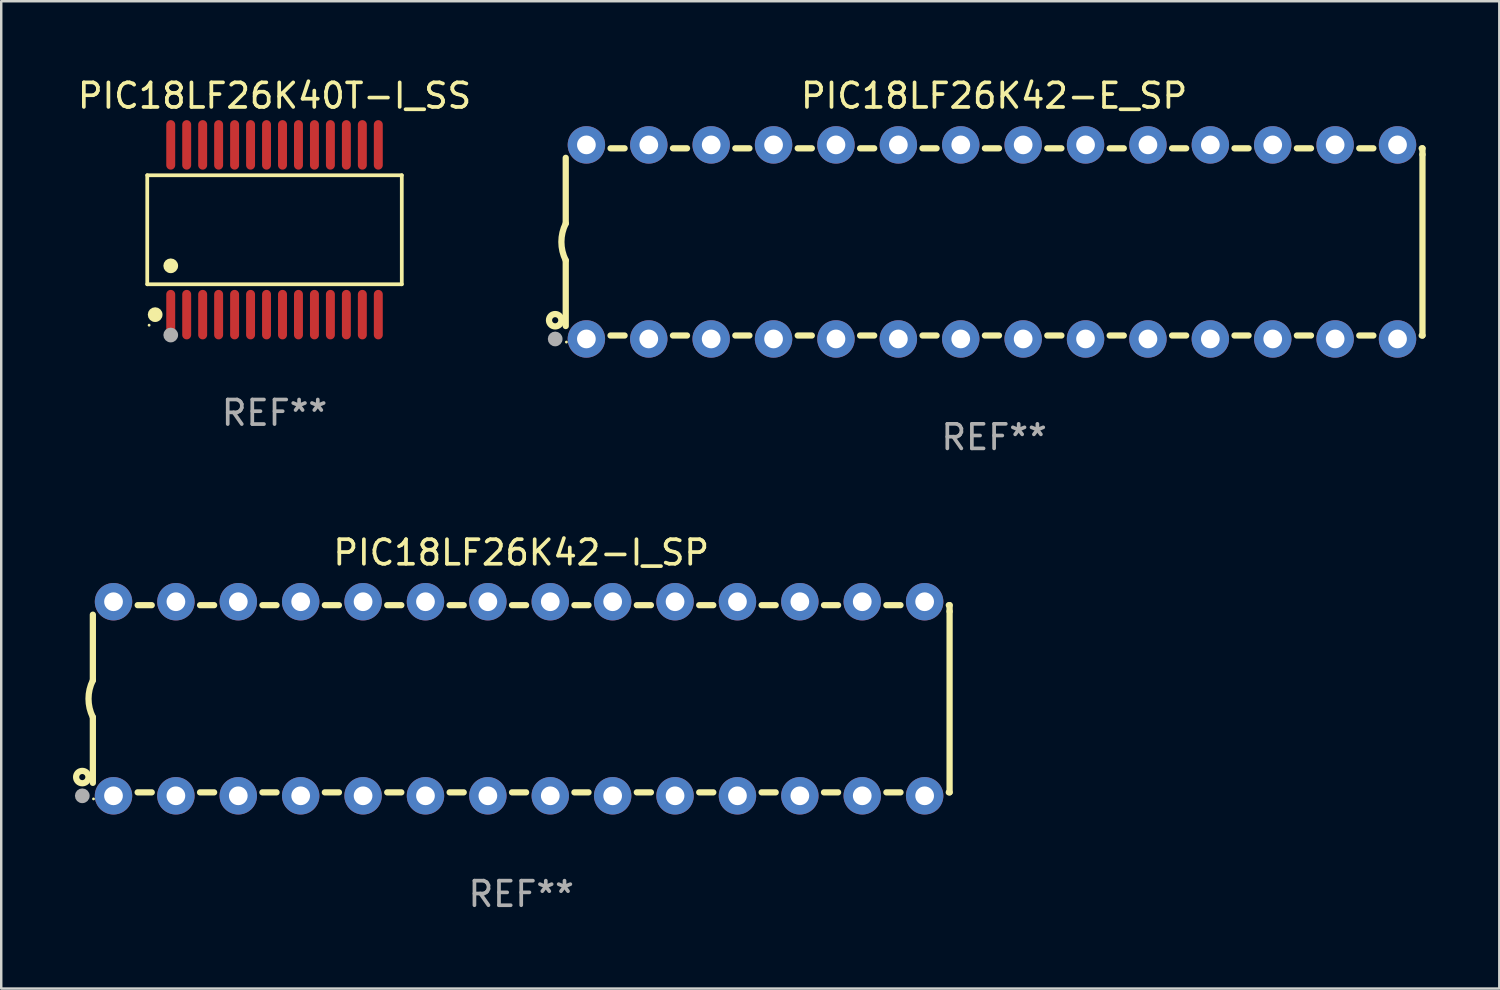
<source format=kicad_pcb>
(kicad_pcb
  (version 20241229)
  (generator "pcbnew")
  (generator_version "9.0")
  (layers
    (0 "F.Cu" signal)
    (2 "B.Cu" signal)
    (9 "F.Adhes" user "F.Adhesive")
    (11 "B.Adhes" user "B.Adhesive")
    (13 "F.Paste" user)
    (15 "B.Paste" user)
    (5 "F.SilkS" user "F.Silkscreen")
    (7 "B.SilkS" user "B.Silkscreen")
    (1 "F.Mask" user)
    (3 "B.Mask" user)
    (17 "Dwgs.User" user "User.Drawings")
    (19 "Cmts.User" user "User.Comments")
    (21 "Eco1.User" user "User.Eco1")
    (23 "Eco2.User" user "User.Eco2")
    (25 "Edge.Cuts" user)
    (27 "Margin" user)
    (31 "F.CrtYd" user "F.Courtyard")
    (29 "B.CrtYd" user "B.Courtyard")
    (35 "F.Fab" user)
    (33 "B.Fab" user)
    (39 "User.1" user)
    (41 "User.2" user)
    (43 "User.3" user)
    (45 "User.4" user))
  (footprint "PIC18LF26K42-E_SP"
    (layer "F.Cu")
    (at 37.418 6.798)
    (property "Reference" "PIC18LF26K42-E_SP" (at 0 -5.95 0) (layer "F.SilkS") (effects (font (size 1 1) (thickness 0.15))))
    (attr through_hole)
    (fp_line (start -17.438 0.75) (end -17.438 3.423) (stroke (width 0.254) (type solid)) (layer "F.SilkS"))
    (fp_line (start -17.438 -3.423) (end -17.438 -0.75) (stroke (width 0.254) (type solid)) (layer "F.SilkS"))
    (fp_line (start -15.615 3.81) (end -15.041 3.81) (stroke (width 0.254) (type solid)) (layer "F.SilkS"))
    (fp_line (start -15.041 -3.81) (end -15.614 -3.81) (stroke (width 0.254) (type solid)) (layer "F.SilkS"))
    (fp_line (start -13.075 3.81) (end -12.501 3.81) (stroke (width 0.254) (type solid)) (layer "F.SilkS"))
    (fp_line (start -12.501 -3.81) (end -13.074 -3.81) (stroke (width 0.254) (type solid)) (layer "F.SilkS"))
    (fp_line (start -10.535 3.81) (end -9.961 3.81) (stroke (width 0.254) (type solid)) (layer "F.SilkS"))
    (fp_line (start -9.961 -3.81) (end -10.534 -3.81) (stroke (width 0.254) (type solid)) (layer "F.SilkS"))
    (fp_line (start -7.995 3.81) (end -7.421 3.81) (stroke (width 0.254) (type solid)) (layer "F.SilkS"))
    (fp_line (start -7.421 -3.81) (end -7.995 -3.81) (stroke (width 0.254) (type solid)) (layer "F.SilkS"))
    (fp_line (start -5.455 3.81) (end -4.881 3.81) (stroke (width 0.254) (type solid)) (layer "F.SilkS"))
    (fp_line (start -4.881 -3.81) (end -5.455 -3.81) (stroke (width 0.254) (type solid)) (layer "F.SilkS"))
    (fp_line (start -2.915 3.81) (end -2.341 3.81) (stroke (width 0.254) (type solid)) (layer "F.SilkS"))
    (fp_line (start -2.341 -3.81) (end -2.915 -3.81) (stroke (width 0.254) (type solid)) (layer "F.SilkS"))
    (fp_line (start -0.375 3.81) (end 0.199 3.81) (stroke (width 0.254) (type solid)) (layer "F.SilkS"))
    (fp_line (start 0.199 -3.81) (end -0.375 -3.81) (stroke (width 0.254) (type solid)) (layer "F.SilkS"))
    (fp_line (start 2.165 3.81) (end 2.739 3.81) (stroke (width 0.254) (type solid)) (layer "F.SilkS"))
    (fp_line (start 2.739 -3.81) (end 2.165 -3.81) (stroke (width 0.254) (type solid)) (layer "F.SilkS"))
    (fp_line (start 4.705 3.81) (end 5.279 3.81) (stroke (width 0.254) (type solid)) (layer "F.SilkS"))
    (fp_line (start 5.279 -3.81) (end 4.705 -3.81) (stroke (width 0.254) (type solid)) (layer "F.SilkS"))
    (fp_line (start 7.245 3.81) (end 7.819 3.81) (stroke (width 0.254) (type solid)) (layer "F.SilkS"))
    (fp_line (start 7.819 -3.81) (end 7.245 -3.81) (stroke (width 0.254) (type solid)) (layer "F.SilkS"))
    (fp_line (start 9.785 3.81) (end 10.359 3.81) (stroke (width 0.254) (type solid)) (layer "F.SilkS"))
    (fp_line (start 10.359 -3.81) (end 9.785 -3.81) (stroke (width 0.254) (type solid)) (layer "F.SilkS"))
    (fp_line (start 12.325 3.81) (end 12.899 3.81) (stroke (width 0.254) (type solid)) (layer "F.SilkS"))
    (fp_line (start 12.899 -3.81) (end 12.325 -3.81) (stroke (width 0.254) (type solid)) (layer "F.SilkS"))
    (fp_line (start 14.865 3.81) (end 15.439 3.81) (stroke (width 0.254) (type solid)) (layer "F.SilkS"))
    (fp_line (start 15.439 -3.81) (end 14.865 -3.81) (stroke (width 0.254) (type solid)) (layer "F.SilkS"))
    (fp_line (start 17.405 3.81) (end 17.438 3.81) (stroke (width 0.254) (type solid)) (layer "F.SilkS"))
    (fp_line (start 17.438 -3.81) (end 17.405 -3.81) (stroke (width 0.254) (type solid)) (layer "F.SilkS"))
    (fp_line (start 17.438 -3.556) (end 17.438 -3.81) (stroke (width 0.254) (type solid)) (layer "F.SilkS"))
    (fp_line (start 17.438 3.81) (end 17.438 -3.556) (stroke (width 0.254) (type solid)) (layer "F.SilkS"))
    (fp_arc (start -17.437986 0.749657) (mid -17.614887 -0.000024) (end -17.437783 -0.749657) (stroke (width 0.254001) (type solid)) (layer "F.SilkS"))
    (fp_circle (center -17.868 3.188) (end -17.743 3.188) (stroke (width 0.254) (type solid)) (fill no) (layer "F.SilkS"))
    (fp_circle (center -17.411 4.077) (end -17.381 4.077) (stroke (width 0.06) (type solid)) (fill no) (layer "F.SilkS"))
    (fp_circle (center -17.868 3.95) (end -17.718 3.95) (stroke (width 0.3) (type solid)) (fill no) (layer "F.Fab"))
    (fp_text user "REF**" (at 0 7.95 0) (layer "F.Fab") (effects (font (size 1 1) (thickness 0.15))))
    (pad "1" thru_hole circle (at -16.598 3.95) (size 1.524 1.524) (drill 0.762) (layers "*.Cu" "*.Mask"))
    (pad "2" thru_hole circle (at -14.058 3.95) (size 1.524 1.524) (drill 0.762) (layers "*.Cu" "*.Mask"))
    (pad "3" thru_hole circle (at -11.518 3.95) (size 1.524 1.524) (drill 0.762) (layers "*.Cu" "*.Mask"))
    (pad "4" thru_hole circle (at -8.978 3.95) (size 1.524 1.524) (drill 0.762) (layers "*.Cu" "*.Mask"))
    (pad "5" thru_hole circle (at -6.438 3.95) (size 1.524 1.524) (drill 0.762) (layers "*.Cu" "*.Mask"))
    (pad "6" thru_hole circle (at -3.898 3.95) (size 1.524 1.524) (drill 0.762) (layers "*.Cu" "*.Mask"))
    (pad "7" thru_hole circle (at -1.358 3.95) (size 1.524 1.524) (drill 0.762) (layers "*.Cu" "*.Mask"))
    (pad "8" thru_hole circle (at 1.182 3.95) (size 1.524 1.524) (drill 0.762) (layers "*.Cu" "*.Mask"))
    (pad "9" thru_hole circle (at 3.722 3.95) (size 1.524 1.524) (drill 0.762) (layers "*.Cu" "*.Mask"))
    (pad "10" thru_hole circle (at 6.262 3.95) (size 1.524 1.524) (drill 0.762) (layers "*.Cu" "*.Mask"))
    (pad "11" thru_hole circle (at 8.802 3.95) (size 1.524 1.524) (drill 0.762) (layers "*.Cu" "*.Mask"))
    (pad "12" thru_hole circle (at 11.342 3.95) (size 1.524 1.524) (drill 0.762) (layers "*.Cu" "*.Mask"))
    (pad "13" thru_hole circle (at 13.882 3.95) (size 1.524 1.524) (drill 0.762) (layers "*.Cu" "*.Mask"))
    (pad "14" thru_hole circle (at 16.422 3.95) (size 1.524 1.524) (drill 0.762) (layers "*.Cu" "*.Mask"))
    (pad "15" thru_hole circle (at 16.422 -3.95) (size 1.524 1.524) (drill 0.762) (layers "*.Cu" "*.Mask"))
    (pad "16" thru_hole circle (at 13.882 -3.95) (size 1.524 1.524) (drill 0.762) (layers "*.Cu" "*.Mask"))
    (pad "17" thru_hole circle (at 11.342 -3.95) (size 1.524 1.524) (drill 0.762) (layers "*.Cu" "*.Mask"))
    (pad "18" thru_hole circle (at 8.802 -3.95) (size 1.524 1.524) (drill 0.762) (layers "*.Cu" "*.Mask"))
    (pad "19" thru_hole circle (at 6.262 -3.95) (size 1.524 1.524) (drill 0.762) (layers "*.Cu" "*.Mask"))
    (pad "20" thru_hole circle (at 3.722 -3.95) (size 1.524 1.524) (drill 0.762) (layers "*.Cu" "*.Mask"))
    (pad "21" thru_hole circle (at 1.182 -3.95) (size 1.524 1.524) (drill 0.762) (layers "*.Cu" "*.Mask"))
    (pad "22" thru_hole circle (at -1.358 -3.95) (size 1.524 1.524) (drill 0.762) (layers "*.Cu" "*.Mask"))
    (pad "23" thru_hole circle (at -3.898 -3.95) (size 1.524 1.524) (drill 0.762) (layers "*.Cu" "*.Mask"))
    (pad "24" thru_hole circle (at -6.438 -3.95) (size 1.524 1.524) (drill 0.762) (layers "*.Cu" "*.Mask"))
    (pad "25" thru_hole circle (at -8.978 -3.95) (size 1.524 1.524) (drill 0.762) (layers "*.Cu" "*.Mask"))
    (pad "26" thru_hole circle (at -11.517 -3.95) (size 1.524 1.524) (drill 0.762) (layers "*.Cu" "*.Mask"))
    (pad "27" thru_hole circle (at -14.057 -3.95) (size 1.524 1.524) (drill 0.762) (layers "*.Cu" "*.Mask"))
    (pad "28" thru_hole circle (at -16.597 -3.95) (size 1.524 1.524) (drill 0.762) (layers "*.Cu" "*.Mask")))
  (footprint "PIC18LF26K42-I_SP"
    (layer "F.Cu")
    (at 18.168 25.395)
    (property "Reference" "PIC18LF26K42-I_SP" (at 0 -5.95 0) (layer "F.SilkS") (effects (font (size 1 1) (thickness 0.15))))
    (attr through_hole)
    (fp_line (start -17.438 0.75) (end -17.438 3.423) (stroke (width 0.254) (type solid)) (layer "F.SilkS"))
    (fp_line (start -17.438 -3.423) (end -17.438 -0.75) (stroke (width 0.254) (type solid)) (layer "F.SilkS"))
    (fp_line (start -15.615 3.81) (end -15.041 3.81) (stroke (width 0.254) (type solid)) (layer "F.SilkS"))
    (fp_line (start -15.041 -3.81) (end -15.614 -3.81) (stroke (width 0.254) (type solid)) (layer "F.SilkS"))
    (fp_line (start -13.075 3.81) (end -12.501 3.81) (stroke (width 0.254) (type solid)) (layer "F.SilkS"))
    (fp_line (start -12.501 -3.81) (end -13.074 -3.81) (stroke (width 0.254) (type solid)) (layer "F.SilkS"))
    (fp_line (start -10.535 3.81) (end -9.961 3.81) (stroke (width 0.254) (type solid)) (layer "F.SilkS"))
    (fp_line (start -9.961 -3.81) (end -10.534 -3.81) (stroke (width 0.254) (type solid)) (layer "F.SilkS"))
    (fp_line (start -7.995 3.81) (end -7.421 3.81) (stroke (width 0.254) (type solid)) (layer "F.SilkS"))
    (fp_line (start -7.421 -3.81) (end -7.995 -3.81) (stroke (width 0.254) (type solid)) (layer "F.SilkS"))
    (fp_line (start -5.455 3.81) (end -4.881 3.81) (stroke (width 0.254) (type solid)) (layer "F.SilkS"))
    (fp_line (start -4.881 -3.81) (end -5.455 -3.81) (stroke (width 0.254) (type solid)) (layer "F.SilkS"))
    (fp_line (start -2.915 3.81) (end -2.341 3.81) (stroke (width 0.254) (type solid)) (layer "F.SilkS"))
    (fp_line (start -2.341 -3.81) (end -2.915 -3.81) (stroke (width 0.254) (type solid)) (layer "F.SilkS"))
    (fp_line (start -0.375 3.81) (end 0.199 3.81) (stroke (width 0.254) (type solid)) (layer "F.SilkS"))
    (fp_line (start 0.199 -3.81) (end -0.375 -3.81) (stroke (width 0.254) (type solid)) (layer "F.SilkS"))
    (fp_line (start 2.165 3.81) (end 2.739 3.81) (stroke (width 0.254) (type solid)) (layer "F.SilkS"))
    (fp_line (start 2.739 -3.81) (end 2.165 -3.81) (stroke (width 0.254) (type solid)) (layer "F.SilkS"))
    (fp_line (start 4.705 3.81) (end 5.279 3.81) (stroke (width 0.254) (type solid)) (layer "F.SilkS"))
    (fp_line (start 5.279 -3.81) (end 4.705 -3.81) (stroke (width 0.254) (type solid)) (layer "F.SilkS"))
    (fp_line (start 7.245 3.81) (end 7.819 3.81) (stroke (width 0.254) (type solid)) (layer "F.SilkS"))
    (fp_line (start 7.819 -3.81) (end 7.245 -3.81) (stroke (width 0.254) (type solid)) (layer "F.SilkS"))
    (fp_line (start 9.785 3.81) (end 10.359 3.81) (stroke (width 0.254) (type solid)) (layer "F.SilkS"))
    (fp_line (start 10.359 -3.81) (end 9.785 -3.81) (stroke (width 0.254) (type solid)) (layer "F.SilkS"))
    (fp_line (start 12.325 3.81) (end 12.899 3.81) (stroke (width 0.254) (type solid)) (layer "F.SilkS"))
    (fp_line (start 12.899 -3.81) (end 12.325 -3.81) (stroke (width 0.254) (type solid)) (layer "F.SilkS"))
    (fp_line (start 14.865 3.81) (end 15.439 3.81) (stroke (width 0.254) (type solid)) (layer "F.SilkS"))
    (fp_line (start 15.439 -3.81) (end 14.865 -3.81) (stroke (width 0.254) (type solid)) (layer "F.SilkS"))
    (fp_line (start 17.405 3.81) (end 17.438 3.81) (stroke (width 0.254) (type solid)) (layer "F.SilkS"))
    (fp_line (start 17.438 -3.81) (end 17.405 -3.81) (stroke (width 0.254) (type solid)) (layer "F.SilkS"))
    (fp_line (start 17.438 -3.556) (end 17.438 -3.81) (stroke (width 0.254) (type solid)) (layer "F.SilkS"))
    (fp_line (start 17.438 3.81) (end 17.438 -3.556) (stroke (width 0.254) (type solid)) (layer "F.SilkS"))
    (fp_arc (start -17.437986 0.749657) (mid -17.614887 -0.000024) (end -17.437783 -0.749657) (stroke (width 0.254001) (type solid)) (layer "F.SilkS"))
    (fp_circle (center -17.868 3.188) (end -17.743 3.188) (stroke (width 0.254) (type solid)) (fill no) (layer "F.SilkS"))
    (fp_circle (center -17.411 4.077) (end -17.381 4.077) (stroke (width 0.06) (type solid)) (fill no) (layer "F.SilkS"))
    (fp_circle (center -17.868 3.95) (end -17.718 3.95) (stroke (width 0.3) (type solid)) (fill no) (layer "F.Fab"))
    (fp_text user "REF**" (at 0 7.95 0) (layer "F.Fab") (effects (font (size 1 1) (thickness 0.15))))
    (pad "1" thru_hole circle (at -16.598 3.95) (size 1.524 1.524) (drill 0.762) (layers "*.Cu" "*.Mask"))
    (pad "2" thru_hole circle (at -14.058 3.95) (size 1.524 1.524) (drill 0.762) (layers "*.Cu" "*.Mask"))
    (pad "3" thru_hole circle (at -11.518 3.95) (size 1.524 1.524) (drill 0.762) (layers "*.Cu" "*.Mask"))
    (pad "4" thru_hole circle (at -8.978 3.95) (size 1.524 1.524) (drill 0.762) (layers "*.Cu" "*.Mask"))
    (pad "5" thru_hole circle (at -6.438 3.95) (size 1.524 1.524) (drill 0.762) (layers "*.Cu" "*.Mask"))
    (pad "6" thru_hole circle (at -3.898 3.95) (size 1.524 1.524) (drill 0.762) (layers "*.Cu" "*.Mask"))
    (pad "7" thru_hole circle (at -1.358 3.95) (size 1.524 1.524) (drill 0.762) (layers "*.Cu" "*.Mask"))
    (pad "8" thru_hole circle (at 1.182 3.95) (size 1.524 1.524) (drill 0.762) (layers "*.Cu" "*.Mask"))
    (pad "9" thru_hole circle (at 3.722 3.95) (size 1.524 1.524) (drill 0.762) (layers "*.Cu" "*.Mask"))
    (pad "10" thru_hole circle (at 6.262 3.95) (size 1.524 1.524) (drill 0.762) (layers "*.Cu" "*.Mask"))
    (pad "11" thru_hole circle (at 8.802 3.95) (size 1.524 1.524) (drill 0.762) (layers "*.Cu" "*.Mask"))
    (pad "12" thru_hole circle (at 11.342 3.95) (size 1.524 1.524) (drill 0.762) (layers "*.Cu" "*.Mask"))
    (pad "13" thru_hole circle (at 13.882 3.95) (size 1.524 1.524) (drill 0.762) (layers "*.Cu" "*.Mask"))
    (pad "14" thru_hole circle (at 16.422 3.95) (size 1.524 1.524) (drill 0.762) (layers "*.Cu" "*.Mask"))
    (pad "15" thru_hole circle (at 16.422 -3.95) (size 1.524 1.524) (drill 0.762) (layers "*.Cu" "*.Mask"))
    (pad "16" thru_hole circle (at 13.882 -3.95) (size 1.524 1.524) (drill 0.762) (layers "*.Cu" "*.Mask"))
    (pad "17" thru_hole circle (at 11.342 -3.95) (size 1.524 1.524) (drill 0.762) (layers "*.Cu" "*.Mask"))
    (pad "18" thru_hole circle (at 8.802 -3.95) (size 1.524 1.524) (drill 0.762) (layers "*.Cu" "*.Mask"))
    (pad "19" thru_hole circle (at 6.262 -3.95) (size 1.524 1.524) (drill 0.762) (layers "*.Cu" "*.Mask"))
    (pad "20" thru_hole circle (at 3.722 -3.95) (size 1.524 1.524) (drill 0.762) (layers "*.Cu" "*.Mask"))
    (pad "21" thru_hole circle (at 1.182 -3.95) (size 1.524 1.524) (drill 0.762) (layers "*.Cu" "*.Mask"))
    (pad "22" thru_hole circle (at -1.358 -3.95) (size 1.524 1.524) (drill 0.762) (layers "*.Cu" "*.Mask"))
    (pad "23" thru_hole circle (at -3.898 -3.95) (size 1.524 1.524) (drill 0.762) (layers "*.Cu" "*.Mask"))
    (pad "24" thru_hole circle (at -6.438 -3.95) (size 1.524 1.524) (drill 0.762) (layers "*.Cu" "*.Mask"))
    (pad "25" thru_hole circle (at -8.978 -3.95) (size 1.524 1.524) (drill 0.762) (layers "*.Cu" "*.Mask"))
    (pad "26" thru_hole circle (at -11.517 -3.95) (size 1.524 1.524) (drill 0.762) (layers "*.Cu" "*.Mask"))
    (pad "27" thru_hole circle (at -14.057 -3.95) (size 1.524 1.524) (drill 0.762) (layers "*.Cu" "*.Mask"))
    (pad "28" thru_hole circle (at -16.597 -3.95) (size 1.524 1.524) (drill 0.762) (layers "*.Cu" "*.Mask")))
  (footprint "PIC18LF26K40T-I_SS"
    (layer "F.Cu")
    (at 8.125 6.303)
    (property "Reference" "PIC18LF26K40T-I_SS" (at 0 -5.455 0) (layer "F.SilkS") (effects (font (size 1 1) (thickness 0.15))))
    (attr through_hole)
    (fp_line (start -5.181 -2.219) (end 5.181 -2.219) (stroke (width 0.152) (type solid)) (layer "F.SilkS"))
    (fp_line (start -5.181 2.219) (end -5.181 -2.219) (stroke (width 0.152) (type solid)) (layer "F.SilkS"))
    (fp_line (start 5.181 -2.219) (end 5.181 2.219) (stroke (width 0.152) (type solid)) (layer "F.SilkS"))
    (fp_line (start 5.181 2.219) (end -5.181 2.219) (stroke (width 0.152) (type solid)) (layer "F.SilkS"))
    (fp_circle (center -5.105 3.885) (end -5.075 3.885) (stroke (width 0.06) (type solid)) (fill no) (layer "F.SilkS"))
    (fp_circle (center -4.859 3.455) (end -4.709 3.455) (stroke (width 0.3) (type solid)) (fill no) (layer "F.SilkS"))
    (fp_circle (center -4.225 1.467) (end -4.075 1.467) (stroke (width 0.3) (type solid)) (fill no) (layer "F.SilkS"))
    (fp_circle (center -4.225 4.285) (end -4.075 4.285) (stroke (width 0.3) (type solid)) (fill no) (layer "F.Fab"))
    (fp_text user "REF**" (at 0 7.455 0) (layer "F.Fab") (effects (font (size 1 1) (thickness 0.15))))
    (pad "1" smd oval (at -4.225 3.455) (size 0.364 2.015) (layers "F.Cu" "F.Mask" "F.Paste"))
    (pad "2" smd oval (at -3.575 3.455) (size 0.364 2.015) (layers "F.Cu" "F.Mask" "F.Paste"))
    (pad "3" smd oval (at -2.925 3.455) (size 0.364 2.015) (layers "F.Cu" "F.Mask" "F.Paste"))
    (pad "4" smd oval (at -2.275 3.455) (size 0.364 2.015) (layers "F.Cu" "F.Mask" "F.Paste"))
    (pad "5" smd oval (at -1.625 3.455) (size 0.364 2.015) (layers "F.Cu" "F.Mask" "F.Paste"))
    (pad "6" smd oval (at -0.975 3.455) (size 0.364 2.015) (layers "F.Cu" "F.Mask" "F.Paste"))
    (pad "7" smd oval (at -0.325 3.455) (size 0.364 2.015) (layers "F.Cu" "F.Mask" "F.Paste"))
    (pad "8" smd oval (at 0.325 3.455) (size 0.364 2.015) (layers "F.Cu" "F.Mask" "F.Paste"))
    (pad "9" smd oval (at 0.975 3.455) (size 0.364 2.015) (layers "F.Cu" "F.Mask" "F.Paste"))
    (pad "10" smd oval (at 1.625 3.455) (size 0.364 2.015) (layers "F.Cu" "F.Mask" "F.Paste"))
    (pad "11" smd oval (at 2.275 3.455) (size 0.364 2.015) (layers "F.Cu" "F.Mask" "F.Paste"))
    (pad "12" smd oval (at 2.925 3.455) (size 0.364 2.015) (layers "F.Cu" "F.Mask" "F.Paste"))
    (pad "13" smd oval (at 3.575 3.455) (size 0.364 2.015) (layers "F.Cu" "F.Mask" "F.Paste"))
    (pad "14" smd oval (at 4.225 3.455) (size 0.364 2.015) (layers "F.Cu" "F.Mask" "F.Paste"))
    (pad "15" smd oval (at 4.225 -3.455) (size 0.364 2.015) (layers "F.Cu" "F.Mask" "F.Paste"))
    (pad "16" smd oval (at 3.575 -3.455) (size 0.364 2.015) (layers "F.Cu" "F.Mask" "F.Paste"))
    (pad "17" smd oval (at 2.925 -3.455) (size 0.364 2.015) (layers "F.Cu" "F.Mask" "F.Paste"))
    (pad "18" smd oval (at 2.275 -3.455) (size 0.364 2.015) (layers "F.Cu" "F.Mask" "F.Paste"))
    (pad "19" smd oval (at 1.625 -3.455) (size 0.364 2.015) (layers "F.Cu" "F.Mask" "F.Paste"))
    (pad "20" smd oval (at 0.975 -3.455) (size 0.364 2.015) (layers "F.Cu" "F.Mask" "F.Paste"))
    (pad "21" smd oval (at 0.325 -3.455) (size 0.364 2.015) (layers "F.Cu" "F.Mask" "F.Paste"))
    (pad "22" smd oval (at -0.325 -3.455) (size 0.364 2.015) (layers "F.Cu" "F.Mask" "F.Paste"))
    (pad "23" smd oval (at -0.975 -3.455) (size 0.364 2.015) (layers "F.Cu" "F.Mask" "F.Paste"))
    (pad "24" smd oval (at -1.625 -3.455) (size 0.364 2.015) (layers "F.Cu" "F.Mask" "F.Paste"))
    (pad "25" smd oval (at -2.275 -3.455) (size 0.364 2.015) (layers "F.Cu" "F.Mask" "F.Paste"))
    (pad "26" smd oval (at -2.925 -3.455) (size 0.364 2.015) (layers "F.Cu" "F.Mask" "F.Paste"))
    (pad "27" smd oval (at -3.575 -3.455) (size 0.364 2.015) (layers "F.Cu" "F.Mask" "F.Paste"))
    (pad "28" smd oval (at -4.225 -3.455) (size 0.364 2.015) (layers "F.Cu" "F.Mask" "F.Paste")))
  (gr_rect
    (start -3 -3)
    (end 57.983 37.193)
    (stroke (width 0.1) (type default))
    (fill no)
    (layer "Edge.Cuts")))
</source>
